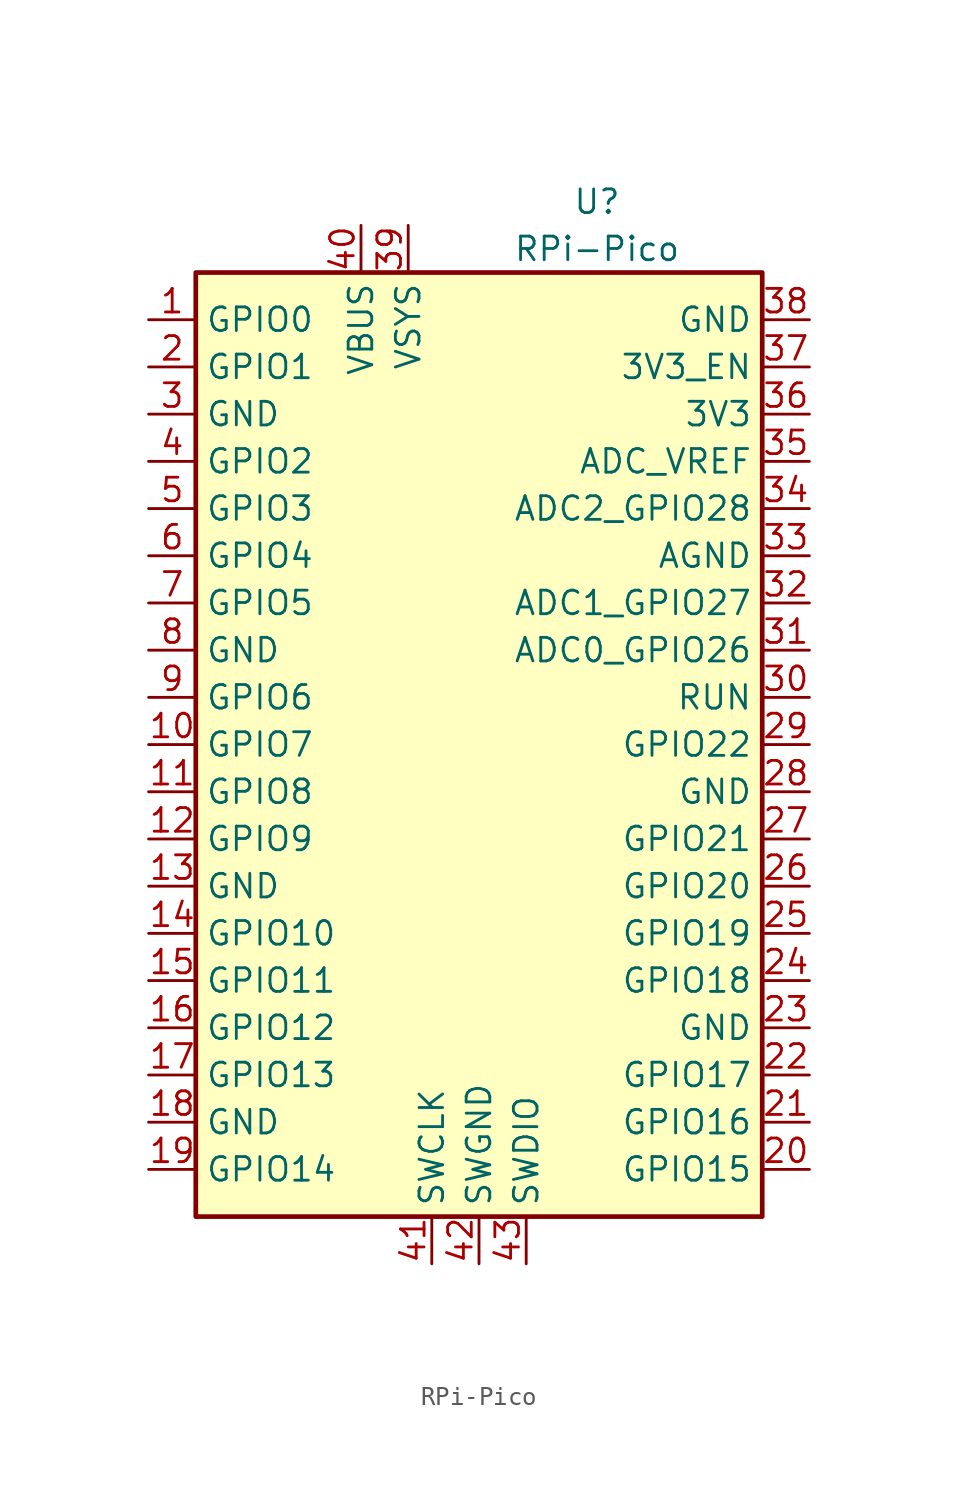
<source format=kicad_sym>
(kicad_symbol_lib
  (version 20231120)
  (generator "kicad_symbol_editor")
  (generator_version "8.0")
  (symbol "RPi-Pico"
    (property "Reference" "U"
      (at 6.35 29.21 0)
      (effects (font (size 1.27 1.27))))
    (property "Value" "RPi-Pico"
      (at 6.35 26.67 0)
      (effects (font (size 1.27 1.27))))
    (symbol "RPi-Pico_0_1"
      (rectangle (start -15.24 25.4) (end 15.24 -25.4) (stroke (width 0.254) (type default)) (fill (type background))))
    (symbol "RPi-Pico_1_1"
      (pin bidirectional line (at -17.78 22.86 0) (length 2.54) (name "GPIO0" (effects (font (size 1.27 1.27)))) (number "1" (effects (font (size 1.27 1.27)))) (alternate "I2C0_SDA" bidirectional line) (alternate "PWM0_A" output line) (alternate "SPI0_RX" input line) (alternate "UART0_TX" output line) (alternate "USB_OVCUR_DET" input line))
      (pin bidirectional line (at -17.78 0 0) (length 2.54) (name "GPIO7" (effects (font (size 1.27 1.27)))) (number "10" (effects (font (size 1.27 1.27)))) (alternate "I2C1_SCL" bidirectional line) (alternate "PWM3_B" bidirectional line) (alternate "SPI0_TX" output line) (alternate "USB_VBUS_DET" input line) (alternate "~{UART1_RTS}" output line))
      (pin bidirectional line (at -17.78 -2.54 0) (length 2.54) (name "GPIO8" (effects (font (size 1.27 1.27)))) (number "11" (effects (font (size 1.27 1.27)))) (alternate "I2C0_SDA" bidirectional line) (alternate "PWM4_A" output line) (alternate "SPI1_RX" input line) (alternate "UART1_TX" output line) (alternate "USB_VBUS_EN" output line))
      (pin bidirectional line (at -17.78 -5.08 0) (length 2.54) (name "GPIO9" (effects (font (size 1.27 1.27)))) (number "12" (effects (font (size 1.27 1.27)))) (alternate "I2C0_SCL" bidirectional line) (alternate "PWM4_B" bidirectional line) (alternate "UART1_RX" input line) (alternate "USB_OVCUR_DET" input line) (alternate "~{SPI1_CS}" output line))
      (pin power_in line (at -17.78 -7.62 0) (length 2.54) (name "GND" (effects (font (size 1.27 1.27)))) (number "13" (effects (font (size 1.27 1.27)))))
      (pin bidirectional line (at -17.78 -10.16 0) (length 2.54) (name "GPIO10" (effects (font (size 1.27 1.27)))) (number "14" (effects (font (size 1.27 1.27)))) (alternate "I2C1_SDA" bidirectional line) (alternate "PWM5_A" output line) (alternate "SPI1_SCK" bidirectional line) (alternate "USB_VBUS_DET" input line) (alternate "~{UART1_CTS}" input line))
      (pin bidirectional line (at -17.78 -12.7 0) (length 2.54) (name "GPIO11" (effects (font (size 1.27 1.27)))) (number "15" (effects (font (size 1.27 1.27)))) (alternate "I2C1_SCL" bidirectional line) (alternate "PWM5_B" bidirectional line) (alternate "SPI1_TX" output line) (alternate "USB_VBUS_EN" output line) (alternate "~{UART1_RTS}" output line))
      (pin bidirectional line (at -17.78 -15.24 0) (length 2.54) (name "GPIO12" (effects (font (size 1.27 1.27)))) (number "16" (effects (font (size 1.27 1.27)))) (alternate "I2C0_SDA" bidirectional line) (alternate "PWM6_A" output line) (alternate "SPI1_RX" input line) (alternate "UART0_TX" output line) (alternate "USB_OVCUR_DET" input line))
      (pin bidirectional line (at -17.78 -17.78 0) (length 2.54) (name "GPIO13" (effects (font (size 1.27 1.27)))) (number "17" (effects (font (size 1.27 1.27)))) (alternate "I2C0_SCL" bidirectional line) (alternate "PWM6_B" bidirectional line) (alternate "UART0_RX" input line) (alternate "USB_VBUS_DET" input line) (alternate "~{SPI1_CS}" output line))
      (pin power_in line (at -17.78 -20.32 0) (length 2.54) (name "GND" (effects (font (size 1.27 1.27)))) (number "18" (effects (font (size 1.27 1.27)))))
      (pin bidirectional line (at -17.78 -22.86 0) (length 2.54) (name "GPIO14" (effects (font (size 1.27 1.27)))) (number "19" (effects (font (size 1.27 1.27)))) (alternate "I2C1_SDA" bidirectional line) (alternate "PWM7_A" output line) (alternate "SPI1_SCK" bidirectional line) (alternate "USB_VBUS_EN" output line) (alternate "~{UART0_CTS}" input line))
      (pin bidirectional line (at -17.78 20.32 0) (length 2.54) (name "GPIO1" (effects (font (size 1.27 1.27)))) (number "2" (effects (font (size 1.27 1.27)))) (alternate "I2C0_SCL" bidirectional line) (alternate "PWM0_B" bidirectional line) (alternate "UART0_RX" input line) (alternate "USB_VBUS_DET" input line) (alternate "~{SPI0_CS}" output line))
      (pin bidirectional line (at 17.78 -22.86 180) (length 2.54) (name "GPIO15" (effects (font (size 1.27 1.27)))) (number "20" (effects (font (size 1.27 1.27)))) (alternate "I2C1_SCL" bidirectional line) (alternate "PWM7_B" bidirectional line) (alternate "SPI1_TX" output line) (alternate "USB_OVCUR_DET" input line) (alternate "~{UART0_RTS}" output line))
      (pin bidirectional line (at 17.78 -20.32 180) (length 2.54) (name "GPIO16" (effects (font (size 1.27 1.27)))) (number "21" (effects (font (size 1.27 1.27)))) (alternate "I2C0_SDA" bidirectional line) (alternate "PWM0_A" output line) (alternate "SPI0_RX" input line) (alternate "UART0_TX" output line) (alternate "USB_VBUS_DET" input line))
      (pin bidirectional line (at 17.78 -17.78 180) (length 2.54) (name "GPIO17" (effects (font (size 1.27 1.27)))) (number "22" (effects (font (size 1.27 1.27)))) (alternate "I2C0_SCL" bidirectional line) (alternate "PWM0_B" bidirectional line) (alternate "UART0_RX" input line) (alternate "USB_VBUS_EN" output line) (alternate "~{SPI0_CS}" output line))
      (pin power_in line (at 17.78 -15.24 180) (length 2.54) (name "GND" (effects (font (size 1.27 1.27)))) (number "23" (effects (font (size 1.27 1.27)))))
      (pin bidirectional line (at 17.78 -12.7 180) (length 2.54) (name "GPIO18" (effects (font (size 1.27 1.27)))) (number "24" (effects (font (size 1.27 1.27)))) (alternate "I2C1_SDA" bidirectional line) (alternate "PWM1_A" output line) (alternate "SPI0_SCK" bidirectional line) (alternate "USB_OVCUR_DET" input line) (alternate "~{UART0_CTS}" input line))
      (pin bidirectional line (at 17.78 -10.16 180) (length 2.54) (name "GPIO19" (effects (font (size 1.27 1.27)))) (number "25" (effects (font (size 1.27 1.27)))) (alternate "I2C1_SCL" bidirectional line) (alternate "PWM1_B" bidirectional line) (alternate "SPI0_TX" output line) (alternate "USB_VBUS_DET" input line) (alternate "~{UART0_RTS}" output line))
      (pin bidirectional line (at 17.78 -7.62 180) (length 2.54) (name "GPIO20" (effects (font (size 1.27 1.27)))) (number "26" (effects (font (size 1.27 1.27)))) (alternate "CLOCK_GPIN0" input line) (alternate "I2C0_SDA" bidirectional line) (alternate "PWM2_A" output line) (alternate "SPI0_RX" input line) (alternate "UART1_TX" output line) (alternate "USB_VBUS_EN" output line))
      (pin bidirectional line (at 17.78 -5.08 180) (length 2.54) (name "GPIO21" (effects (font (size 1.27 1.27)))) (number "27" (effects (font (size 1.27 1.27)))) (alternate "CLOCK_GPOUT0" output line) (alternate "I2C0_SCL" bidirectional line) (alternate "PWM2_B" bidirectional line) (alternate "UART1_RX" input line) (alternate "USB_OVCUR_DET" input line) (alternate "~{SPI0_CS}" output line))
      (pin power_in line (at 17.78 -2.54 180) (length 2.54) (name "GND" (effects (font (size 1.27 1.27)))) (number "28" (effects (font (size 1.27 1.27)))))
      (pin bidirectional line (at 17.78 0 180) (length 2.54) (name "GPIO22" (effects (font (size 1.27 1.27)))) (number "29" (effects (font (size 1.27 1.27)))) (alternate "CLOCK_GPIN1" input line) (alternate "I2C1_SDA" bidirectional line) (alternate "PWM3_A" output line) (alternate "SPI0_SCK" bidirectional line) (alternate "USB_VBUS_DET" input line) (alternate "~{UART1_CTS}" input line))
      (pin power_in line (at -17.78 17.78 0) (length 2.54) (name "GND" (effects (font (size 1.27 1.27)))) (number "3" (effects (font (size 1.27 1.27)))))
      (pin input line (at 17.78 2.54 180) (length 2.54) (name "RUN" (effects (font (size 1.27 1.27)))) (number "30" (effects (font (size 1.27 1.27)))) (alternate "~{RESET}" input line))
      (pin bidirectional line (at 17.78 5.08 180) (length 2.54) (name "ADC0_GPIO26" (effects (font (size 1.27 1.27)))) (number "31" (effects (font (size 1.27 1.27)))) (alternate "ADC0" input line) (alternate "GPIO26" bidirectional line) (alternate "I2C1_SDA" bidirectional line) (alternate "PWM5_A" output line) (alternate "SPI1_SCK" bidirectional line) (alternate "USB_VBUS_EN" output line) (alternate "~{UART1_CTS}" input line))
      (pin bidirectional line (at 17.78 7.62 180) (length 2.54) (name "ADC1_GPIO27" (effects (font (size 1.27 1.27)))) (number "32" (effects (font (size 1.27 1.27)))) (alternate "ADC1" input line) (alternate "GPIO27" bidirectional line) (alternate "I2C1_SCL" bidirectional line) (alternate "PWM5_B" bidirectional line) (alternate "SPI1_TX" output line) (alternate "USB_OVCUR_DET" input line) (alternate "~{UART1_RTS}" output line))
      (pin power_in line (at 17.78 10.16 180) (length 2.54) (name "AGND" (effects (font (size 1.27 1.27)))) (number "33" (effects (font (size 1.27 1.27)))) (alternate "GND" power_in line))
      (pin bidirectional line (at 17.78 12.7 180) (length 2.54) (name "ADC2_GPIO28" (effects (font (size 1.27 1.27)))) (number "34" (effects (font (size 1.27 1.27)))) (alternate "ADC2" input line) (alternate "GPIO28" bidirectional line) (alternate "I2C0_SDA" bidirectional line) (alternate "PWM6_A" output line) (alternate "SPI1_RX" input line) (alternate "UART0_TX" output line) (alternate "USB_VBUS_DET" input line))
      (pin power_in line (at 17.78 15.24 180) (length 2.54) (name "ADC_VREF" (effects (font (size 1.27 1.27)))) (number "35" (effects (font (size 1.27 1.27)))))
      (pin power_out line (at 17.78 17.78 180) (length 2.54) (name "3V3" (effects (font (size 1.27 1.27)))) (number "36" (effects (font (size 1.27 1.27)))))
      (pin input line (at 17.78 20.32 180) (length 2.54) (name "3V3_EN" (effects (font (size 1.27 1.27)))) (number "37" (effects (font (size 1.27 1.27)))))
      (pin power_in line (at 17.78 22.86 180) (length 2.54) (name "GND" (effects (font (size 1.27 1.27)))) (number "38" (effects (font (size 1.27 1.27)))))
      (pin power_out line (at -3.81 27.94 270) (length 2.54) (name "VSYS" (effects (font (size 1.27 1.27)))) (number "39" (effects (font (size 1.27 1.27)))) (alternate "VSYS" power_in line))
      (pin bidirectional line (at -17.78 15.24 0) (length 2.54) (name "GPIO2" (effects (font (size 1.27 1.27)))) (number "4" (effects (font (size 1.27 1.27)))) (alternate "I2C1_SDA" bidirectional line) (alternate "PWM1_A" output line) (alternate "SPI0_SCK" bidirectional line) (alternate "USB_VBUS_EN" output line) (alternate "~{UART0_CTS}" input line))
      (pin power_out line (at -6.35 27.94 270) (length 2.54) (name "VBUS" (effects (font (size 1.27 1.27)))) (number "40" (effects (font (size 1.27 1.27)))) (alternate "VBUS" power_in line))
      (pin input line (at -2.54 -27.94 90) (length 2.54) (name "SWCLK" (effects (font (size 1.27 1.27)))) (number "41" (effects (font (size 1.27 1.27)))))
      (pin power_in line (at 0 -27.94 90) (length 2.54) (name "SWGND" (effects (font (size 1.27 1.27)))) (number "42" (effects (font (size 1.27 1.27)))) (alternate "GND" power_in line))
      (pin bidirectional line (at 2.54 -27.94 90) (length 2.54) (name "SWDIO" (effects (font (size 1.27 1.27)))) (number "43" (effects (font (size 1.27 1.27)))))
      (pin bidirectional line (at -17.78 12.7 0) (length 2.54) (name "GPIO3" (effects (font (size 1.27 1.27)))) (number "5" (effects (font (size 1.27 1.27)))) (alternate "I2C1_SCL" bidirectional line) (alternate "PWM1_B" bidirectional line) (alternate "SPI0_TX" output line) (alternate "USB_OVCUR_DET" input line) (alternate "~{UART0_RTS}" output line))
      (pin bidirectional line (at -17.78 10.16 0) (length 2.54) (name "GPIO4" (effects (font (size 1.27 1.27)))) (number "6" (effects (font (size 1.27 1.27)))) (alternate "I2C0_SDA" bidirectional line) (alternate "PWM2_A" output line) (alternate "SPI0_RX" input line) (alternate "UART1_TX" output line) (alternate "USB_VBUS_DET" input line))
      (pin bidirectional line (at -17.78 7.62 0) (length 2.54) (name "GPIO5" (effects (font (size 1.27 1.27)))) (number "7" (effects (font (size 1.27 1.27)))) (alternate "I2C0_SCL" bidirectional line) (alternate "PWM2_B" bidirectional line) (alternate "UART1_RX" input line) (alternate "USB_VBUS_EN" output line) (alternate "~{SPI0_CS}" output line))
      (pin power_in line (at -17.78 5.08 0) (length 2.54) (name "GND" (effects (font (size 1.27 1.27)))) (number "8" (effects (font (size 1.27 1.27)))))
      (pin bidirectional line (at -17.78 2.54 0) (length 2.54) (name "GPIO6" (effects (font (size 1.27 1.27)))) (number "9" (effects (font (size 1.27 1.27)))) (alternate "I2C1_SDA" bidirectional line) (alternate "PWM3_A" output line) (alternate "SPI0_SCK" bidirectional line) (alternate "USB_OVCUR_DET" input line) (alternate "~{UART1_CTS}" input line)))))
</source>
